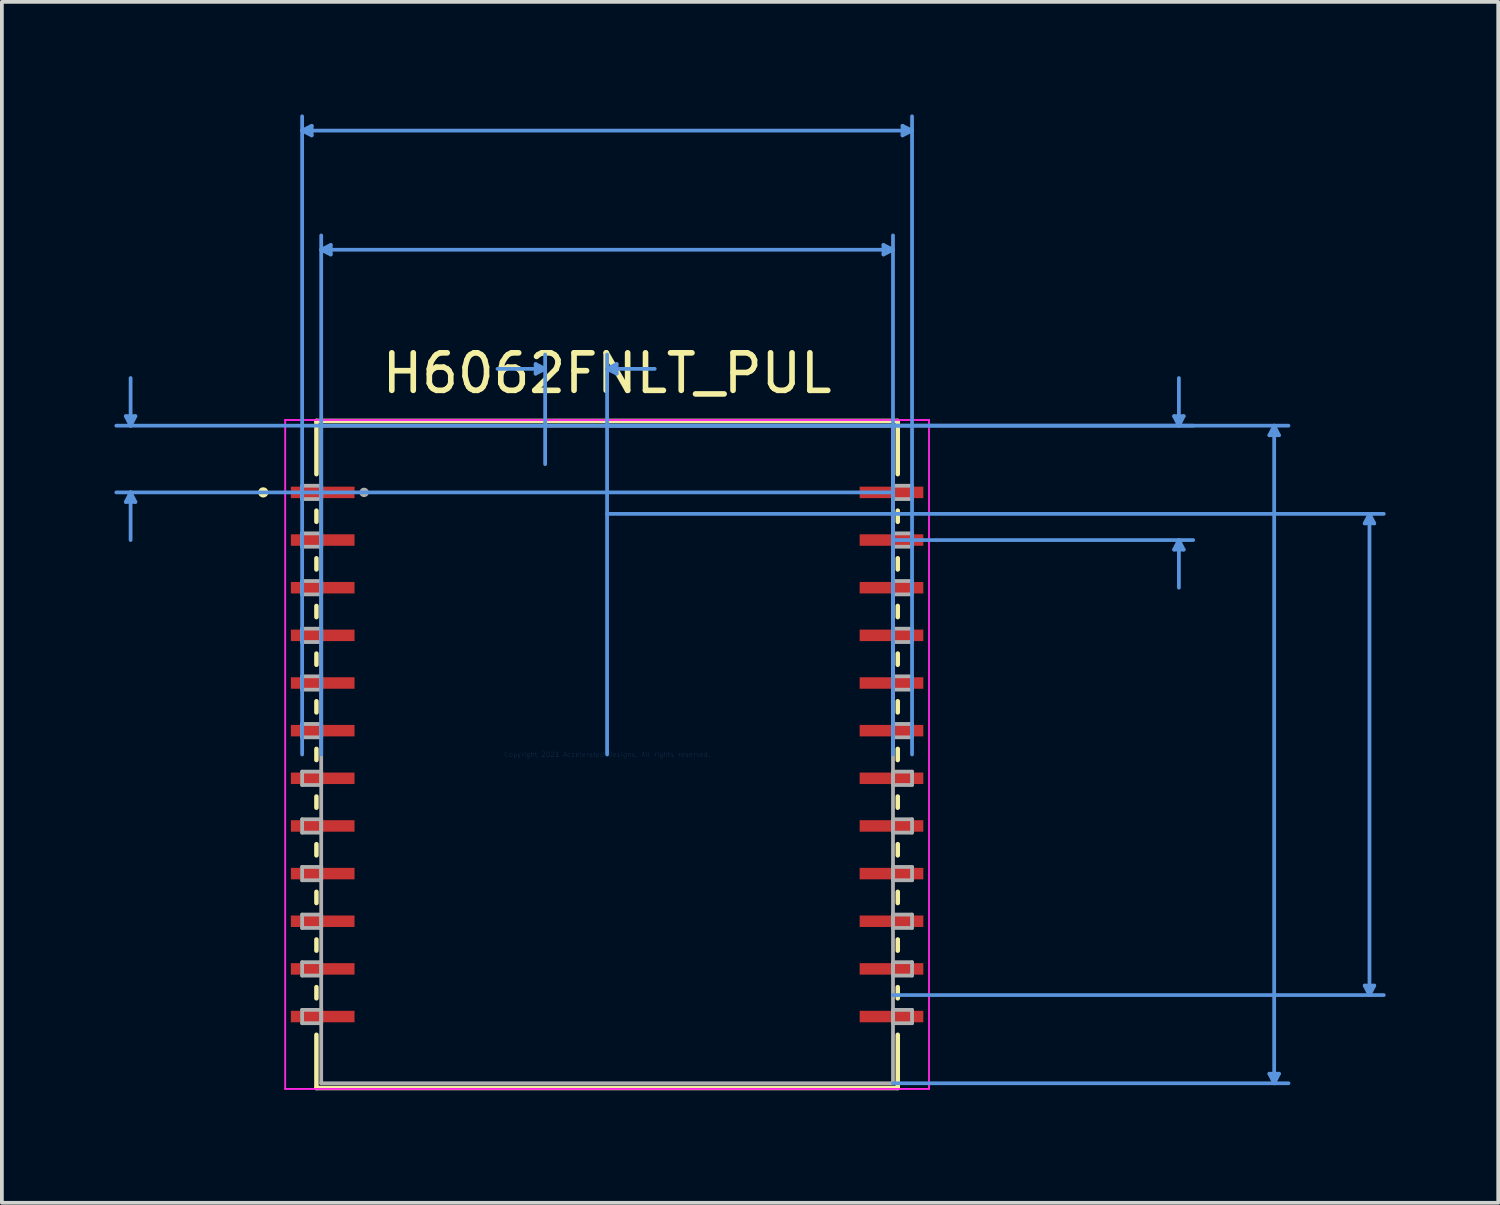
<source format=kicad_pcb>
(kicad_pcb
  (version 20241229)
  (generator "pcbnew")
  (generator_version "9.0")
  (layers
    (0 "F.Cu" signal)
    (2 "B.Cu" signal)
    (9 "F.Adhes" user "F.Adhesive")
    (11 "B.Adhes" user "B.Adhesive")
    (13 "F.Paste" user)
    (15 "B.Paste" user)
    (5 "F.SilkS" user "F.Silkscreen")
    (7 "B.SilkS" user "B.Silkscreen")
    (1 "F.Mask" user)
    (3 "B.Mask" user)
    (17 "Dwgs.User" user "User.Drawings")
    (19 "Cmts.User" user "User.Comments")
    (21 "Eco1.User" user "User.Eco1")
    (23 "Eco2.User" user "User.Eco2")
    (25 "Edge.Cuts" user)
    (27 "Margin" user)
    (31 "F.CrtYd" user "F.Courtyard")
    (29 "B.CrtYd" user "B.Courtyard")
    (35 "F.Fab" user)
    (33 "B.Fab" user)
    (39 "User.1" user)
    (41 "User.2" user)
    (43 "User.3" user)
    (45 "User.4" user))
  (footprint "H6062FNLT_PUL"
    (layer "F.Cu")
    (at 13.131 17.059)
    (property "Reference" "H6062FNLT_PUL" (at 0 -10.16 0) (layer "F.SilkS") (effects (font (size 1 1) (thickness 0.15))))
    (attr through_hole)
    (fp_line (start -7.747 -8.89) (end -7.747 -7.471) (stroke (width 0.12) (type solid)) (layer "F.SilkS"))
    (fp_line (start -7.747 -6.499) (end -7.747 -6.201) (stroke (width 0.12) (type solid)) (layer "F.SilkS"))
    (fp_line (start -7.747 -5.229) (end -7.747 -4.931) (stroke (width 0.12) (type solid)) (layer "F.SilkS"))
    (fp_line (start -7.747 -3.959) (end -7.747 -3.661) (stroke (width 0.12) (type solid)) (layer "F.SilkS"))
    (fp_line (start -7.747 -2.689) (end -7.747 -2.391) (stroke (width 0.12) (type solid)) (layer "F.SilkS"))
    (fp_line (start -7.747 -1.419) (end -7.747 -1.121) (stroke (width 0.12) (type solid)) (layer "F.SilkS"))
    (fp_line (start -7.747 -0.149) (end -7.747 0.149) (stroke (width 0.12) (type solid)) (layer "F.SilkS"))
    (fp_line (start -7.747 1.121) (end -7.747 1.419) (stroke (width 0.12) (type solid)) (layer "F.SilkS"))
    (fp_line (start -7.747 2.391) (end -7.747 2.689) (stroke (width 0.12) (type solid)) (layer "F.SilkS"))
    (fp_line (start -7.747 3.661) (end -7.747 3.959) (stroke (width 0.12) (type solid)) (layer "F.SilkS"))
    (fp_line (start -7.747 4.931) (end -7.747 5.229) (stroke (width 0.12) (type solid)) (layer "F.SilkS"))
    (fp_line (start -7.747 6.201) (end -7.747 6.499) (stroke (width 0.12) (type solid)) (layer "F.SilkS"))
    (fp_line (start -7.747 7.471) (end -7.747 8.89) (stroke (width 0.12) (type solid)) (layer "F.SilkS"))
    (fp_line (start -7.747 8.89) (end 7.747 8.89) (stroke (width 0.12) (type solid)) (layer "F.SilkS"))
    (fp_line (start 7.747 -8.89) (end -7.747 -8.89) (stroke (width 0.12) (type solid)) (layer "F.SilkS"))
    (fp_line (start 7.747 -7.471) (end 7.747 -8.89) (stroke (width 0.12) (type solid)) (layer "F.SilkS"))
    (fp_line (start 7.747 -6.201) (end 7.747 -6.499) (stroke (width 0.12) (type solid)) (layer "F.SilkS"))
    (fp_line (start 7.747 -4.931) (end 7.747 -5.229) (stroke (width 0.12) (type solid)) (layer "F.SilkS"))
    (fp_line (start 7.747 -3.661) (end 7.747 -3.959) (stroke (width 0.12) (type solid)) (layer "F.SilkS"))
    (fp_line (start 7.747 -2.391) (end 7.747 -2.689) (stroke (width 0.12) (type solid)) (layer "F.SilkS"))
    (fp_line (start 7.747 -1.121) (end 7.747 -1.419) (stroke (width 0.12) (type solid)) (layer "F.SilkS"))
    (fp_line (start 7.747 0.149) (end 7.747 -0.149) (stroke (width 0.12) (type solid)) (layer "F.SilkS"))
    (fp_line (start 7.747 1.419) (end 7.747 1.121) (stroke (width 0.12) (type solid)) (layer "F.SilkS"))
    (fp_line (start 7.747 2.689) (end 7.747 2.391) (stroke (width 0.12) (type solid)) (layer "F.SilkS"))
    (fp_line (start 7.747 3.959) (end 7.747 3.661) (stroke (width 0.12) (type solid)) (layer "F.SilkS"))
    (fp_line (start 7.747 5.229) (end 7.747 4.931) (stroke (width 0.12) (type solid)) (layer "F.SilkS"))
    (fp_line (start 7.747 6.499) (end 7.747 6.201) (stroke (width 0.12) (type solid)) (layer "F.SilkS"))
    (fp_line (start 7.747 8.89) (end 7.747 7.471) (stroke (width 0.12) (type solid)) (layer "F.SilkS"))
    (fp_circle (center -9.165 -6.985) (end -9.088 -6.985) (stroke (width 0.12) (type solid)) (fill no) (layer "F.SilkS"))
    (fp_line (start -12.827 -9.017) (end -12.573 -9.017) (stroke (width 0.1) (type solid)) (layer "Cmts.User"))
    (fp_line (start -12.827 -6.731) (end -12.573 -6.731) (stroke (width 0.1) (type solid)) (layer "Cmts.User"))
    (fp_line (start -12.7 -8.763) (end -12.827 -9.017) (stroke (width 0.1) (type solid)) (layer "Cmts.User"))
    (fp_line (start -12.7 -8.763) (end -12.7 -10.033) (stroke (width 0.1) (type solid)) (layer "Cmts.User"))
    (fp_line (start -12.7 -8.763) (end -12.573 -9.017) (stroke (width 0.1) (type solid)) (layer "Cmts.User"))
    (fp_line (start -12.7 -6.985) (end -12.827 -6.731) (stroke (width 0.1) (type solid)) (layer "Cmts.User"))
    (fp_line (start -12.7 -6.985) (end -12.7 -5.715) (stroke (width 0.1) (type solid)) (layer "Cmts.User"))
    (fp_line (start -12.7 -6.985) (end -12.573 -6.731) (stroke (width 0.1) (type solid)) (layer "Cmts.User"))
    (fp_line (start -8.128 -16.628) (end -7.874 -16.755) (stroke (width 0.1) (type solid)) (layer "Cmts.User"))
    (fp_line (start -8.128 -16.628) (end -7.874 -16.501) (stroke (width 0.1) (type solid)) (layer "Cmts.User"))
    (fp_line (start -8.128 -16.628) (end 8.128 -16.628) (stroke (width 0.1) (type solid)) (layer "Cmts.User"))
    (fp_line (start -8.128 0) (end -8.128 -17.009) (stroke (width 0.1) (type solid)) (layer "Cmts.User"))
    (fp_line (start -7.874 -16.755) (end -7.874 -16.501) (stroke (width 0.1) (type solid)) (layer "Cmts.User"))
    (fp_line (start -7.62 -13.453) (end -7.366 -13.58) (stroke (width 0.1) (type solid)) (layer "Cmts.User"))
    (fp_line (start -7.62 -13.453) (end -7.366 -13.326) (stroke (width 0.1) (type solid)) (layer "Cmts.User"))
    (fp_line (start -7.62 -13.453) (end 7.62 -13.453) (stroke (width 0.1) (type solid)) (layer "Cmts.User"))
    (fp_line (start -7.62 0) (end -7.62 -13.834) (stroke (width 0.1) (type solid)) (layer "Cmts.User"))
    (fp_line (start -7.366 -13.58) (end -7.366 -13.326) (stroke (width 0.1) (type solid)) (layer "Cmts.User"))
    (fp_line (start -1.905 -10.405) (end -1.905 -10.151) (stroke (width 0.1) (type solid)) (layer "Cmts.User"))
    (fp_line (start -1.651 -10.278) (end -2.921 -10.278) (stroke (width 0.1) (type solid)) (layer "Cmts.User"))
    (fp_line (start -1.651 -10.278) (end -1.905 -10.405) (stroke (width 0.1) (type solid)) (layer "Cmts.User"))
    (fp_line (start -1.651 -10.278) (end -1.905 -10.151) (stroke (width 0.1) (type solid)) (layer "Cmts.User"))
    (fp_line (start -1.651 -7.738) (end -1.651 -10.659) (stroke (width 0.1) (type solid)) (layer "Cmts.User"))
    (fp_line (start 0 -10.278) (end 0.254 -10.405) (stroke (width 0.1) (type solid)) (layer "Cmts.User"))
    (fp_line (start 0 -10.278) (end 0.254 -10.151) (stroke (width 0.1) (type solid)) (layer "Cmts.User"))
    (fp_line (start 0 -10.278) (end 1.27 -10.278) (stroke (width 0.1) (type solid)) (layer "Cmts.User"))
    (fp_line (start 0 -8.763) (end -13.081 -8.763) (stroke (width 0.1) (type solid)) (layer "Cmts.User"))
    (fp_line (start 0 -8.763) (end 15.621 -8.763) (stroke (width 0.1) (type solid)) (layer "Cmts.User"))
    (fp_line (start 0 -8.763) (end 18.161 -8.763) (stroke (width 0.1) (type solid)) (layer "Cmts.User"))
    (fp_line (start 0 -6.413) (end 20.701 -6.413) (stroke (width 0.1) (type solid)) (layer "Cmts.User"))
    (fp_line (start 0 0) (end 0 -10.659) (stroke (width 0.1) (type solid)) (layer "Cmts.User"))
    (fp_line (start 0.254 -10.405) (end 0.254 -10.151) (stroke (width 0.1) (type solid)) (layer "Cmts.User"))
    (fp_line (start 7.366 -13.58) (end 7.366 -13.326) (stroke (width 0.1) (type solid)) (layer "Cmts.User"))
    (fp_line (start 7.62 -13.453) (end 7.366 -13.58) (stroke (width 0.1) (type solid)) (layer "Cmts.User"))
    (fp_line (start 7.62 -13.453) (end 7.366 -13.326) (stroke (width 0.1) (type solid)) (layer "Cmts.User"))
    (fp_line (start 7.62 -6.985) (end -13.081 -6.985) (stroke (width 0.1) (type solid)) (layer "Cmts.User"))
    (fp_line (start 7.62 -5.715) (end 15.621 -5.715) (stroke (width 0.1) (type solid)) (layer "Cmts.User"))
    (fp_line (start 7.62 0) (end 7.62 -13.834) (stroke (width 0.1) (type solid)) (layer "Cmts.User"))
    (fp_line (start 7.62 6.413) (end 20.701 6.413) (stroke (width 0.1) (type solid)) (layer "Cmts.User"))
    (fp_line (start 7.62 8.763) (end 18.161 8.763) (stroke (width 0.1) (type solid)) (layer "Cmts.User"))
    (fp_line (start 7.874 -16.755) (end 7.874 -16.501) (stroke (width 0.1) (type solid)) (layer "Cmts.User"))
    (fp_line (start 8.128 -16.628) (end 7.874 -16.755) (stroke (width 0.1) (type solid)) (layer "Cmts.User"))
    (fp_line (start 8.128 -16.628) (end 7.874 -16.501) (stroke (width 0.1) (type solid)) (layer "Cmts.User"))
    (fp_line (start 8.128 0) (end 8.128 -17.009) (stroke (width 0.1) (type solid)) (layer "Cmts.User"))
    (fp_line (start 15.113 -9.017) (end 15.367 -9.017) (stroke (width 0.1) (type solid)) (layer "Cmts.User"))
    (fp_line (start 15.113 -5.461) (end 15.367 -5.461) (stroke (width 0.1) (type solid)) (layer "Cmts.User"))
    (fp_line (start 15.24 -8.763) (end 15.113 -9.017) (stroke (width 0.1) (type solid)) (layer "Cmts.User"))
    (fp_line (start 15.24 -8.763) (end 15.24 -10.033) (stroke (width 0.1) (type solid)) (layer "Cmts.User"))
    (fp_line (start 15.24 -8.763) (end 15.367 -9.017) (stroke (width 0.1) (type solid)) (layer "Cmts.User"))
    (fp_line (start 15.24 -5.715) (end 15.113 -5.461) (stroke (width 0.1) (type solid)) (layer "Cmts.User"))
    (fp_line (start 15.24 -5.715) (end 15.24 -4.445) (stroke (width 0.1) (type solid)) (layer "Cmts.User"))
    (fp_line (start 15.24 -5.715) (end 15.367 -5.461) (stroke (width 0.1) (type solid)) (layer "Cmts.User"))
    (fp_line (start 17.653 -8.509) (end 17.907 -8.509) (stroke (width 0.1) (type solid)) (layer "Cmts.User"))
    (fp_line (start 17.653 8.509) (end 17.907 8.509) (stroke (width 0.1) (type solid)) (layer "Cmts.User"))
    (fp_line (start 17.78 -8.763) (end 17.653 -8.509) (stroke (width 0.1) (type solid)) (layer "Cmts.User"))
    (fp_line (start 17.78 -8.763) (end 17.78 8.763) (stroke (width 0.1) (type solid)) (layer "Cmts.User"))
    (fp_line (start 17.78 -8.763) (end 17.907 -8.509) (stroke (width 0.1) (type solid)) (layer "Cmts.User"))
    (fp_line (start 17.78 8.763) (end 17.653 8.509) (stroke (width 0.1) (type solid)) (layer "Cmts.User"))
    (fp_line (start 17.78 8.763) (end 17.907 8.509) (stroke (width 0.1) (type solid)) (layer "Cmts.User"))
    (fp_line (start 20.193 -6.16) (end 20.447 -6.16) (stroke (width 0.1) (type solid)) (layer "Cmts.User"))
    (fp_line (start 20.193 6.16) (end 20.447 6.16) (stroke (width 0.1) (type solid)) (layer "Cmts.User"))
    (fp_line (start 20.32 -6.413) (end 20.193 -6.16) (stroke (width 0.1) (type solid)) (layer "Cmts.User"))
    (fp_line (start 20.32 -6.413) (end 20.32 6.413) (stroke (width 0.1) (type solid)) (layer "Cmts.User"))
    (fp_line (start 20.32 -6.413) (end 20.447 -6.16) (stroke (width 0.1) (type solid)) (layer "Cmts.User"))
    (fp_line (start 20.32 6.413) (end 20.193 6.16) (stroke (width 0.1) (type solid)) (layer "Cmts.User"))
    (fp_line (start 20.32 6.413) (end 20.447 6.16) (stroke (width 0.1) (type solid)) (layer "Cmts.User"))
    (fp_line (start -8.58 -8.915) (end 8.58 -8.915) (stroke (width 0.05) (type solid)) (layer "F.CrtYd"))
    (fp_line (start -8.58 8.915) (end -8.58 -8.915) (stroke (width 0.05) (type solid)) (layer "F.CrtYd"))
    (fp_line (start 8.58 -8.915) (end 8.58 8.915) (stroke (width 0.05) (type solid)) (layer "F.CrtYd"))
    (fp_line (start 8.58 8.915) (end -8.58 8.915) (stroke (width 0.05) (type solid)) (layer "F.CrtYd"))
    (fp_line (start -8.128 -7.163) (end -8.128 -6.807) (stroke (width 0.1) (type solid)) (layer "F.Fab"))
    (fp_line (start -8.128 -6.807) (end -7.62 -6.807) (stroke (width 0.1) (type solid)) (layer "F.Fab"))
    (fp_line (start -8.128 -5.893) (end -8.128 -5.537) (stroke (width 0.1) (type solid)) (layer "F.Fab"))
    (fp_line (start -8.128 -5.537) (end -7.62 -5.537) (stroke (width 0.1) (type solid)) (layer "F.Fab"))
    (fp_line (start -8.128 -4.623) (end -8.128 -4.267) (stroke (width 0.1) (type solid)) (layer "F.Fab"))
    (fp_line (start -8.128 -4.267) (end -7.62 -4.267) (stroke (width 0.1) (type solid)) (layer "F.Fab"))
    (fp_line (start -8.128 -3.353) (end -8.128 -2.997) (stroke (width 0.1) (type solid)) (layer "F.Fab"))
    (fp_line (start -8.128 -2.997) (end -7.62 -2.997) (stroke (width 0.1) (type solid)) (layer "F.Fab"))
    (fp_line (start -8.128 -2.083) (end -8.128 -1.727) (stroke (width 0.1) (type solid)) (layer "F.Fab"))
    (fp_line (start -8.128 -1.727) (end -7.62 -1.727) (stroke (width 0.1) (type solid)) (layer "F.Fab"))
    (fp_line (start -8.128 -0.813) (end -8.128 -0.457) (stroke (width 0.1) (type solid)) (layer "F.Fab"))
    (fp_line (start -8.128 -0.457) (end -7.62 -0.457) (stroke (width 0.1) (type solid)) (layer "F.Fab"))
    (fp_line (start -8.128 0.457) (end -8.128 0.813) (stroke (width 0.1) (type solid)) (layer "F.Fab"))
    (fp_line (start -8.128 0.813) (end -7.62 0.813) (stroke (width 0.1) (type solid)) (layer "F.Fab"))
    (fp_line (start -8.128 1.727) (end -8.128 2.083) (stroke (width 0.1) (type solid)) (layer "F.Fab"))
    (fp_line (start -8.128 2.083) (end -7.62 2.083) (stroke (width 0.1) (type solid)) (layer "F.Fab"))
    (fp_line (start -8.128 2.997) (end -8.128 3.353) (stroke (width 0.1) (type solid)) (layer "F.Fab"))
    (fp_line (start -8.128 3.353) (end -7.62 3.353) (stroke (width 0.1) (type solid)) (layer "F.Fab"))
    (fp_line (start -8.128 4.267) (end -8.128 4.623) (stroke (width 0.1) (type solid)) (layer "F.Fab"))
    (fp_line (start -8.128 4.623) (end -7.62 4.623) (stroke (width 0.1) (type solid)) (layer "F.Fab"))
    (fp_line (start -8.128 5.537) (end -8.128 5.893) (stroke (width 0.1) (type solid)) (layer "F.Fab"))
    (fp_line (start -8.128 5.893) (end -7.62 5.893) (stroke (width 0.1) (type solid)) (layer "F.Fab"))
    (fp_line (start -8.128 6.807) (end -8.128 7.163) (stroke (width 0.1) (type solid)) (layer "F.Fab"))
    (fp_line (start -8.128 7.163) (end -7.62 7.163) (stroke (width 0.1) (type solid)) (layer "F.Fab"))
    (fp_line (start -7.62 -8.763) (end -7.62 8.763) (stroke (width 0.1) (type solid)) (layer "F.Fab"))
    (fp_line (start -7.62 -7.163) (end -8.128 -7.163) (stroke (width 0.1) (type solid)) (layer "F.Fab"))
    (fp_line (start -7.62 -6.807) (end -7.62 -7.163) (stroke (width 0.1) (type solid)) (layer "F.Fab"))
    (fp_line (start -7.62 -5.893) (end -8.128 -5.893) (stroke (width 0.1) (type solid)) (layer "F.Fab"))
    (fp_line (start -7.62 -5.537) (end -7.62 -5.893) (stroke (width 0.1) (type solid)) (layer "F.Fab"))
    (fp_line (start -7.62 -4.623) (end -8.128 -4.623) (stroke (width 0.1) (type solid)) (layer "F.Fab"))
    (fp_line (start -7.62 -4.267) (end -7.62 -4.623) (stroke (width 0.1) (type solid)) (layer "F.Fab"))
    (fp_line (start -7.62 -3.353) (end -8.128 -3.353) (stroke (width 0.1) (type solid)) (layer "F.Fab"))
    (fp_line (start -7.62 -2.997) (end -7.62 -3.353) (stroke (width 0.1) (type solid)) (layer "F.Fab"))
    (fp_line (start -7.62 -2.083) (end -8.128 -2.083) (stroke (width 0.1) (type solid)) (layer "F.Fab"))
    (fp_line (start -7.62 -1.727) (end -7.62 -2.083) (stroke (width 0.1) (type solid)) (layer "F.Fab"))
    (fp_line (start -7.62 -0.813) (end -8.128 -0.813) (stroke (width 0.1) (type solid)) (layer "F.Fab"))
    (fp_line (start -7.62 -0.457) (end -7.62 -0.813) (stroke (width 0.1) (type solid)) (layer "F.Fab"))
    (fp_line (start -7.62 0.457) (end -8.128 0.457) (stroke (width 0.1) (type solid)) (layer "F.Fab"))
    (fp_line (start -7.62 0.813) (end -7.62 0.457) (stroke (width 0.1) (type solid)) (layer "F.Fab"))
    (fp_line (start -7.62 1.727) (end -8.128 1.727) (stroke (width 0.1) (type solid)) (layer "F.Fab"))
    (fp_line (start -7.62 2.083) (end -7.62 1.727) (stroke (width 0.1) (type solid)) (layer "F.Fab"))
    (fp_line (start -7.62 2.997) (end -8.128 2.997) (stroke (width 0.1) (type solid)) (layer "F.Fab"))
    (fp_line (start -7.62 3.353) (end -7.62 2.997) (stroke (width 0.1) (type solid)) (layer "F.Fab"))
    (fp_line (start -7.62 4.267) (end -8.128 4.267) (stroke (width 0.1) (type solid)) (layer "F.Fab"))
    (fp_line (start -7.62 4.623) (end -7.62 4.267) (stroke (width 0.1) (type solid)) (layer "F.Fab"))
    (fp_line (start -7.62 5.537) (end -8.128 5.537) (stroke (width 0.1) (type solid)) (layer "F.Fab"))
    (fp_line (start -7.62 5.893) (end -7.62 5.537) (stroke (width 0.1) (type solid)) (layer "F.Fab"))
    (fp_line (start -7.62 6.807) (end -8.128 6.807) (stroke (width 0.1) (type solid)) (layer "F.Fab"))
    (fp_line (start -7.62 7.163) (end -7.62 6.807) (stroke (width 0.1) (type solid)) (layer "F.Fab"))
    (fp_line (start -7.62 8.763) (end 7.62 8.763) (stroke (width 0.1) (type solid)) (layer "F.Fab"))
    (fp_line (start 7.62 -8.763) (end -7.62 -8.763) (stroke (width 0.1) (type solid)) (layer "F.Fab"))
    (fp_line (start 7.62 -7.163) (end 7.62 -6.807) (stroke (width 0.1) (type solid)) (layer "F.Fab"))
    (fp_line (start 7.62 -6.807) (end 8.128 -6.807) (stroke (width 0.1) (type solid)) (layer "F.Fab"))
    (fp_line (start 7.62 -5.893) (end 7.62 -5.537) (stroke (width 0.1) (type solid)) (layer "F.Fab"))
    (fp_line (start 7.62 -5.537) (end 8.128 -5.537) (stroke (width 0.1) (type solid)) (layer "F.Fab"))
    (fp_line (start 7.62 -4.623) (end 7.62 -4.267) (stroke (width 0.1) (type solid)) (layer "F.Fab"))
    (fp_line (start 7.62 -4.267) (end 8.128 -4.267) (stroke (width 0.1) (type solid)) (layer "F.Fab"))
    (fp_line (start 7.62 -3.353) (end 7.62 -2.997) (stroke (width 0.1) (type solid)) (layer "F.Fab"))
    (fp_line (start 7.62 -2.997) (end 8.128 -2.997) (stroke (width 0.1) (type solid)) (layer "F.Fab"))
    (fp_line (start 7.62 -2.083) (end 7.62 -1.727) (stroke (width 0.1) (type solid)) (layer "F.Fab"))
    (fp_line (start 7.62 -1.727) (end 8.128 -1.727) (stroke (width 0.1) (type solid)) (layer "F.Fab"))
    (fp_line (start 7.62 -0.813) (end 7.62 -0.457) (stroke (width 0.1) (type solid)) (layer "F.Fab"))
    (fp_line (start 7.62 -0.457) (end 8.128 -0.457) (stroke (width 0.1) (type solid)) (layer "F.Fab"))
    (fp_line (start 7.62 0.457) (end 7.62 0.813) (stroke (width 0.1) (type solid)) (layer "F.Fab"))
    (fp_line (start 7.62 0.813) (end 8.128 0.813) (stroke (width 0.1) (type solid)) (layer "F.Fab"))
    (fp_line (start 7.62 1.727) (end 7.62 2.083) (stroke (width 0.1) (type solid)) (layer "F.Fab"))
    (fp_line (start 7.62 2.083) (end 8.128 2.083) (stroke (width 0.1) (type solid)) (layer "F.Fab"))
    (fp_line (start 7.62 2.997) (end 7.62 3.353) (stroke (width 0.1) (type solid)) (layer "F.Fab"))
    (fp_line (start 7.62 3.353) (end 8.128 3.353) (stroke (width 0.1) (type solid)) (layer "F.Fab"))
    (fp_line (start 7.62 4.267) (end 7.62 4.623) (stroke (width 0.1) (type solid)) (layer "F.Fab"))
    (fp_line (start 7.62 4.623) (end 8.128 4.623) (stroke (width 0.1) (type solid)) (layer "F.Fab"))
    (fp_line (start 7.62 5.537) (end 7.62 5.893) (stroke (width 0.1) (type solid)) (layer "F.Fab"))
    (fp_line (start 7.62 5.893) (end 8.128 5.893) (stroke (width 0.1) (type solid)) (layer "F.Fab"))
    (fp_line (start 7.62 6.807) (end 7.62 7.163) (stroke (width 0.1) (type solid)) (layer "F.Fab"))
    (fp_line (start 7.62 7.163) (end 8.128 7.163) (stroke (width 0.1) (type solid)) (layer "F.Fab"))
    (fp_line (start 7.62 8.763) (end 7.62 -8.763) (stroke (width 0.1) (type solid)) (layer "F.Fab"))
    (fp_line (start 8.128 -7.163) (end 7.62 -7.163) (stroke (width 0.1) (type solid)) (layer "F.Fab"))
    (fp_line (start 8.128 -6.807) (end 8.128 -7.163) (stroke (width 0.1) (type solid)) (layer "F.Fab"))
    (fp_line (start 8.128 -5.893) (end 7.62 -5.893) (stroke (width 0.1) (type solid)) (layer "F.Fab"))
    (fp_line (start 8.128 -5.537) (end 8.128 -5.893) (stroke (width 0.1) (type solid)) (layer "F.Fab"))
    (fp_line (start 8.128 -4.623) (end 7.62 -4.623) (stroke (width 0.1) (type solid)) (layer "F.Fab"))
    (fp_line (start 8.128 -4.267) (end 8.128 -4.623) (stroke (width 0.1) (type solid)) (layer "F.Fab"))
    (fp_line (start 8.128 -3.353) (end 7.62 -3.353) (stroke (width 0.1) (type solid)) (layer "F.Fab"))
    (fp_line (start 8.128 -2.997) (end 8.128 -3.353) (stroke (width 0.1) (type solid)) (layer "F.Fab"))
    (fp_line (start 8.128 -2.083) (end 7.62 -2.083) (stroke (width 0.1) (type solid)) (layer "F.Fab"))
    (fp_line (start 8.128 -1.727) (end 8.128 -2.083) (stroke (width 0.1) (type solid)) (layer "F.Fab"))
    (fp_line (start 8.128 -0.813) (end 7.62 -0.813) (stroke (width 0.1) (type solid)) (layer "F.Fab"))
    (fp_line (start 8.128 -0.457) (end 8.128 -0.813) (stroke (width 0.1) (type solid)) (layer "F.Fab"))
    (fp_line (start 8.128 0.457) (end 7.62 0.457) (stroke (width 0.1) (type solid)) (layer "F.Fab"))
    (fp_line (start 8.128 0.813) (end 8.128 0.457) (stroke (width 0.1) (type solid)) (layer "F.Fab"))
    (fp_line (start 8.128 1.727) (end 7.62 1.727) (stroke (width 0.1) (type solid)) (layer "F.Fab"))
    (fp_line (start 8.128 2.083) (end 8.128 1.727) (stroke (width 0.1) (type solid)) (layer "F.Fab"))
    (fp_line (start 8.128 2.997) (end 7.62 2.997) (stroke (width 0.1) (type solid)) (layer "F.Fab"))
    (fp_line (start 8.128 3.353) (end 8.128 2.997) (stroke (width 0.1) (type solid)) (layer "F.Fab"))
    (fp_line (start 8.128 4.267) (end 7.62 4.267) (stroke (width 0.1) (type solid)) (layer "F.Fab"))
    (fp_line (start 8.128 4.623) (end 8.128 4.267) (stroke (width 0.1) (type solid)) (layer "F.Fab"))
    (fp_line (start 8.128 5.537) (end 7.62 5.537) (stroke (width 0.1) (type solid)) (layer "F.Fab"))
    (fp_line (start 8.128 5.893) (end 8.128 5.537) (stroke (width 0.1) (type solid)) (layer "F.Fab"))
    (fp_line (start 8.128 6.807) (end 7.62 6.807) (stroke (width 0.1) (type solid)) (layer "F.Fab"))
    (fp_line (start 8.128 7.163) (end 8.128 6.807) (stroke (width 0.1) (type solid)) (layer "F.Fab"))
    (fp_circle (center -6.477 -6.985) (end -6.401 -6.985) (stroke (width 0.1) (type solid)) (fill no) (layer "F.Fab"))
    (fp_text user "Copyright 2021 Accelerated Designs. All rights reserved." (at 0 0 0) (layer "Cmts.User") (effects (font (size 0.127 0.127) (thickness 0.002))))
    (pad "1" smd rect (at -7.58 -6.985) (size 1.697 0.306) (layers "F.Cu" "F.Mask" "F.Paste"))
    (pad "2" smd rect (at -7.58 -5.715) (size 1.697 0.306) (layers "F.Cu" "F.Mask" "F.Paste"))
    (pad "3" smd rect (at -7.58 -4.445) (size 1.697 0.306) (layers "F.Cu" "F.Mask" "F.Paste"))
    (pad "4" smd rect (at -7.58 -3.175) (size 1.697 0.306) (layers "F.Cu" "F.Mask" "F.Paste"))
    (pad "5" smd rect (at -7.58 -1.905) (size 1.697 0.306) (layers "F.Cu" "F.Mask" "F.Paste"))
    (pad "6" smd rect (at -7.58 -0.635) (size 1.697 0.306) (layers "F.Cu" "F.Mask" "F.Paste"))
    (pad "7" smd rect (at -7.58 0.635) (size 1.697 0.306) (layers "F.Cu" "F.Mask" "F.Paste"))
    (pad "8" smd rect (at -7.58 1.905) (size 1.697 0.306) (layers "F.Cu" "F.Mask" "F.Paste"))
    (pad "9" smd rect (at -7.58 3.175) (size 1.697 0.306) (layers "F.Cu" "F.Mask" "F.Paste"))
    (pad "10" smd rect (at -7.58 4.445) (size 1.697 0.306) (layers "F.Cu" "F.Mask" "F.Paste"))
    (pad "11" smd rect (at -7.58 5.715) (size 1.697 0.306) (layers "F.Cu" "F.Mask" "F.Paste"))
    (pad "12" smd rect (at -7.58 6.985) (size 1.697 0.306) (layers "F.Cu" "F.Mask" "F.Paste"))
    (pad "13" smd rect (at 7.58 6.985) (size 1.697 0.306) (layers "F.Cu" "F.Mask" "F.Paste"))
    (pad "14" smd rect (at 7.58 5.715) (size 1.697 0.306) (layers "F.Cu" "F.Mask" "F.Paste"))
    (pad "15" smd rect (at 7.58 4.445) (size 1.697 0.306) (layers "F.Cu" "F.Mask" "F.Paste"))
    (pad "16" smd rect (at 7.58 3.175) (size 1.697 0.306) (layers "F.Cu" "F.Mask" "F.Paste"))
    (pad "17" smd rect (at 7.58 1.905) (size 1.697 0.306) (layers "F.Cu" "F.Mask" "F.Paste"))
    (pad "18" smd rect (at 7.58 0.635) (size 1.697 0.306) (layers "F.Cu" "F.Mask" "F.Paste"))
    (pad "19" smd rect (at 7.58 -0.635) (size 1.697 0.306) (layers "F.Cu" "F.Mask" "F.Paste"))
    (pad "20" smd rect (at 7.58 -1.905) (size 1.697 0.306) (layers "F.Cu" "F.Mask" "F.Paste"))
    (pad "21" smd rect (at 7.58 -3.175) (size 1.697 0.306) (layers "F.Cu" "F.Mask" "F.Paste"))
    (pad "22" smd rect (at 7.58 -4.445) (size 1.697 0.306) (layers "F.Cu" "F.Mask" "F.Paste"))
    (pad "23" smd rect (at 7.58 -5.715) (size 1.697 0.306) (layers "F.Cu" "F.Mask" "F.Paste"))
    (pad "24" smd rect (at 7.58 -6.985) (size 1.697 0.306) (layers "F.Cu" "F.Mask" "F.Paste")))
  (gr_rect
    (start -3 -3)
    (end 36.882 29.009)
    (stroke (width 0.1) (type default))
    (fill no)
    (layer "Edge.Cuts")))
</source>
